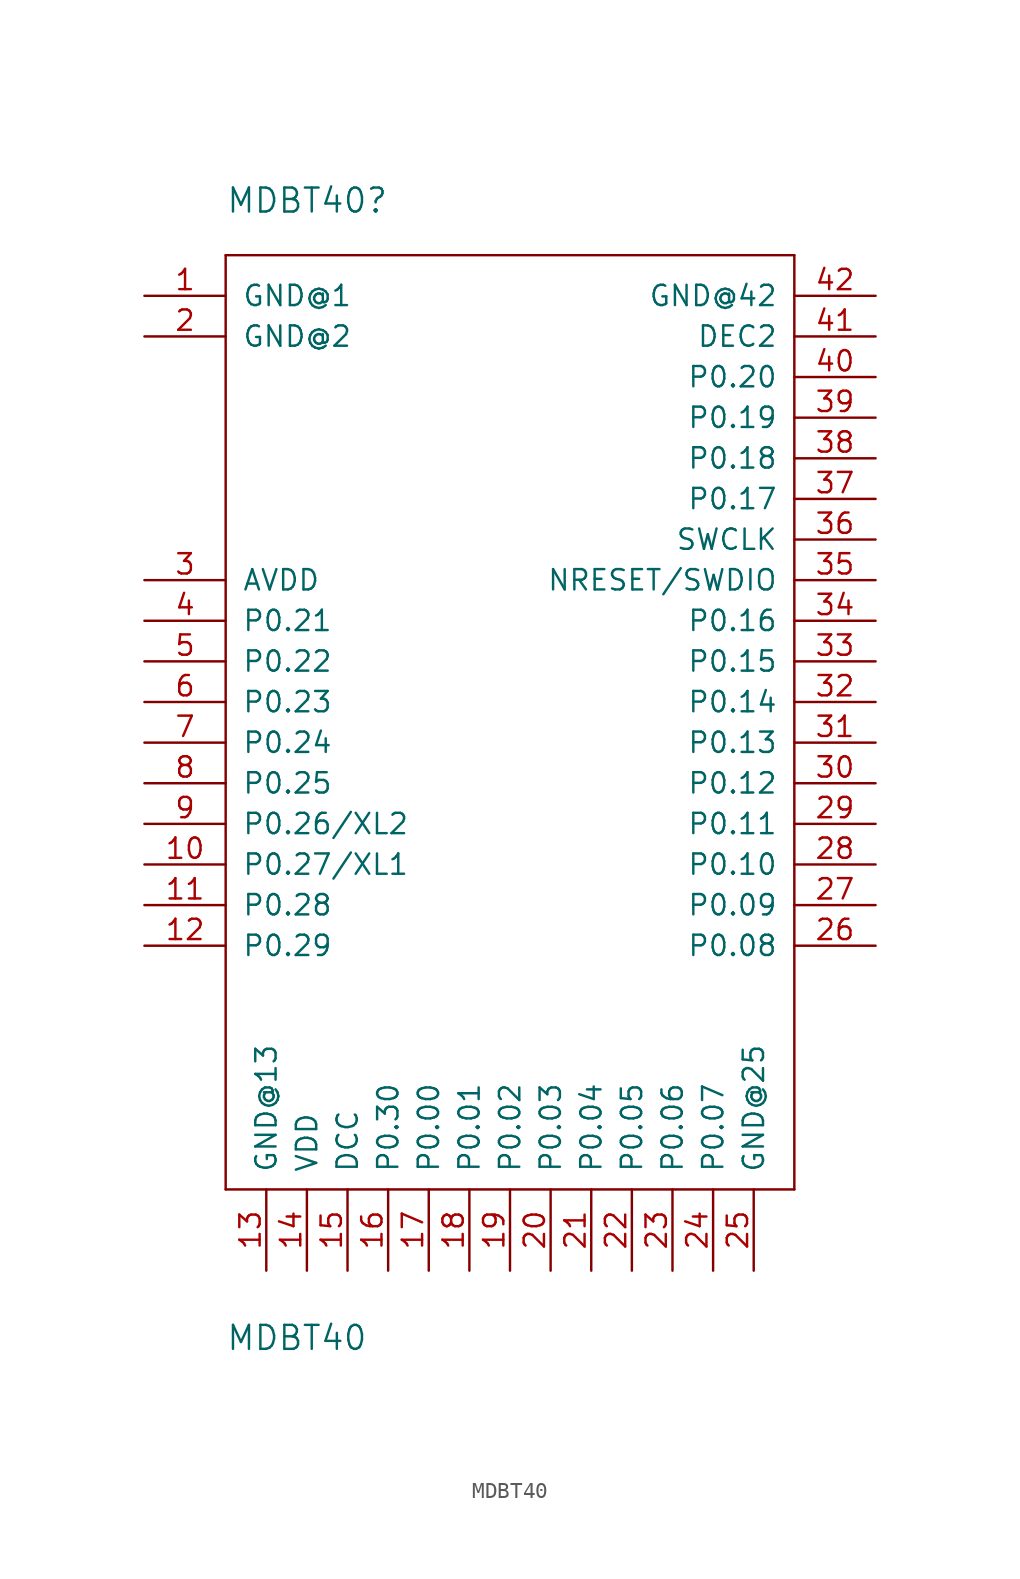
<source format=kicad_sym>
(kicad_symbol_lib
  (version 20211014)
  (generator kicad_symbol_editor)
  (symbol "MDBT40"
    (pin_names
      (offset 1.016))
    (property "Reference" "MDBT40"
      (at -17.78 33.02 0)
      (effects (font (size 1.499 1.499)) (justify left bottom)))
    (property "Value" "MDBT40"
      (at -17.78 -38.1 0)
      (effects (font (size 1.499 1.499)) (justify left bottom)))
    (property "ki_locked" ""
      (at 0 0 0)
      (effects (font (size 1.27 1.27))))
    (symbol "MDBT40_1_0"
      (polyline (pts (xy -17.78 -27.94) (xy -17.78 30.48)) (stroke (width 0) (type default) (color 0 0 0 0)) (fill (type none)))
      (polyline (pts (xy -17.78 30.48) (xy 17.78 30.48)) (stroke (width 0) (type default) (color 0 0 0 0)) (fill (type none)))
      (polyline (pts (xy 17.78 -27.94) (xy -17.78 -27.94)) (stroke (width 0) (type default) (color 0 0 0 0)) (fill (type none)))
      (polyline (pts (xy 17.78 30.48) (xy 17.78 -27.94)) (stroke (width 0) (type default) (color 0 0 0 0)) (fill (type none)))
      (pin bidirectional line (at -22.86 27.94 0) (length 5.08) (name "GND@1" (effects (font (size 1.27 1.27)))) (number "1" (effects (font (size 1.27 1.27)))))
      (pin bidirectional line (at -22.86 -7.62 0) (length 5.08) (name "P0.27/XL1" (effects (font (size 1.27 1.27)))) (number "10" (effects (font (size 1.27 1.27)))))
      (pin bidirectional line (at -22.86 -10.16 0) (length 5.08) (name "P0.28" (effects (font (size 1.27 1.27)))) (number "11" (effects (font (size 1.27 1.27)))))
      (pin bidirectional line (at -22.86 -12.7 0) (length 5.08) (name "P0.29" (effects (font (size 1.27 1.27)))) (number "12" (effects (font (size 1.27 1.27)))))
      (pin bidirectional line (at -15.24 -33.02 90) (length 5.08) (name "GND@13" (effects (font (size 1.27 1.27)))) (number "13" (effects (font (size 1.27 1.27)))))
      (pin bidirectional line (at -12.7 -33.02 90) (length 5.08) (name "VDD" (effects (font (size 1.27 1.27)))) (number "14" (effects (font (size 1.27 1.27)))))
      (pin bidirectional line (at -10.16 -33.02 90) (length 5.08) (name "DCC" (effects (font (size 1.27 1.27)))) (number "15" (effects (font (size 1.27 1.27)))))
      (pin bidirectional line (at -7.62 -33.02 90) (length 5.08) (name "P0.30" (effects (font (size 1.27 1.27)))) (number "16" (effects (font (size 1.27 1.27)))))
      (pin bidirectional line (at -5.08 -33.02 90) (length 5.08) (name "P0.00" (effects (font (size 1.27 1.27)))) (number "17" (effects (font (size 1.27 1.27)))))
      (pin bidirectional line (at -2.54 -33.02 90) (length 5.08) (name "P0.01" (effects (font (size 1.27 1.27)))) (number "18" (effects (font (size 1.27 1.27)))))
      (pin bidirectional line (at 0 -33.02 90) (length 5.08) (name "P0.02" (effects (font (size 1.27 1.27)))) (number "19" (effects (font (size 1.27 1.27)))))
      (pin bidirectional line (at -22.86 25.4 0) (length 5.08) (name "GND@2" (effects (font (size 1.27 1.27)))) (number "2" (effects (font (size 1.27 1.27)))))
      (pin bidirectional line (at 2.54 -33.02 90) (length 5.08) (name "P0.03" (effects (font (size 1.27 1.27)))) (number "20" (effects (font (size 1.27 1.27)))))
      (pin bidirectional line (at 5.08 -33.02 90) (length 5.08) (name "P0.04" (effects (font (size 1.27 1.27)))) (number "21" (effects (font (size 1.27 1.27)))))
      (pin bidirectional line (at 7.62 -33.02 90) (length 5.08) (name "P0.05" (effects (font (size 1.27 1.27)))) (number "22" (effects (font (size 1.27 1.27)))))
      (pin bidirectional line (at 10.16 -33.02 90) (length 5.08) (name "P0.06" (effects (font (size 1.27 1.27)))) (number "23" (effects (font (size 1.27 1.27)))))
      (pin bidirectional line (at 12.7 -33.02 90) (length 5.08) (name "P0.07" (effects (font (size 1.27 1.27)))) (number "24" (effects (font (size 1.27 1.27)))))
      (pin bidirectional line (at 15.24 -33.02 90) (length 5.08) (name "GND@25" (effects (font (size 1.27 1.27)))) (number "25" (effects (font (size 1.27 1.27)))))
      (pin bidirectional line (at 22.86 -12.7 180) (length 5.08) (name "P0.08" (effects (font (size 1.27 1.27)))) (number "26" (effects (font (size 1.27 1.27)))))
      (pin bidirectional line (at 22.86 -10.16 180) (length 5.08) (name "P0.09" (effects (font (size 1.27 1.27)))) (number "27" (effects (font (size 1.27 1.27)))))
      (pin bidirectional line (at 22.86 -7.62 180) (length 5.08) (name "P0.10" (effects (font (size 1.27 1.27)))) (number "28" (effects (font (size 1.27 1.27)))))
      (pin bidirectional line (at 22.86 -5.08 180) (length 5.08) (name "P0.11" (effects (font (size 1.27 1.27)))) (number "29" (effects (font (size 1.27 1.27)))))
      (pin bidirectional line (at -22.86 10.16 0) (length 5.08) (name "AVDD" (effects (font (size 1.27 1.27)))) (number "3" (effects (font (size 1.27 1.27)))))
      (pin bidirectional line (at 22.86 -2.54 180) (length 5.08) (name "P0.12" (effects (font (size 1.27 1.27)))) (number "30" (effects (font (size 1.27 1.27)))))
      (pin bidirectional line (at 22.86 0 180) (length 5.08) (name "P0.13" (effects (font (size 1.27 1.27)))) (number "31" (effects (font (size 1.27 1.27)))))
      (pin bidirectional line (at 22.86 2.54 180) (length 5.08) (name "P0.14" (effects (font (size 1.27 1.27)))) (number "32" (effects (font (size 1.27 1.27)))))
      (pin bidirectional line (at 22.86 5.08 180) (length 5.08) (name "P0.15" (effects (font (size 1.27 1.27)))) (number "33" (effects (font (size 1.27 1.27)))))
      (pin bidirectional line (at 22.86 7.62 180) (length 5.08) (name "P0.16" (effects (font (size 1.27 1.27)))) (number "34" (effects (font (size 1.27 1.27)))))
      (pin bidirectional line (at 22.86 10.16 180) (length 5.08) (name "NRESET/SWDIO" (effects (font (size 1.27 1.27)))) (number "35" (effects (font (size 1.27 1.27)))))
      (pin bidirectional line (at 22.86 12.7 180) (length 5.08) (name "SWCLK" (effects (font (size 1.27 1.27)))) (number "36" (effects (font (size 1.27 1.27)))))
      (pin bidirectional line (at 22.86 15.24 180) (length 5.08) (name "P0.17" (effects (font (size 1.27 1.27)))) (number "37" (effects (font (size 1.27 1.27)))))
      (pin bidirectional line (at 22.86 17.78 180) (length 5.08) (name "P0.18" (effects (font (size 1.27 1.27)))) (number "38" (effects (font (size 1.27 1.27)))))
      (pin bidirectional line (at 22.86 20.32 180) (length 5.08) (name "P0.19" (effects (font (size 1.27 1.27)))) (number "39" (effects (font (size 1.27 1.27)))))
      (pin bidirectional line (at -22.86 7.62 0) (length 5.08) (name "P0.21" (effects (font (size 1.27 1.27)))) (number "4" (effects (font (size 1.27 1.27)))))
      (pin bidirectional line (at 22.86 22.86 180) (length 5.08) (name "P0.20" (effects (font (size 1.27 1.27)))) (number "40" (effects (font (size 1.27 1.27)))))
      (pin bidirectional line (at 22.86 25.4 180) (length 5.08) (name "DEC2" (effects (font (size 1.27 1.27)))) (number "41" (effects (font (size 1.27 1.27)))))
      (pin bidirectional line (at 22.86 27.94 180) (length 5.08) (name "GND@42" (effects (font (size 1.27 1.27)))) (number "42" (effects (font (size 1.27 1.27)))))
      (pin bidirectional line (at -22.86 5.08 0) (length 5.08) (name "P0.22" (effects (font (size 1.27 1.27)))) (number "5" (effects (font (size 1.27 1.27)))))
      (pin bidirectional line (at -22.86 2.54 0) (length 5.08) (name "P0.23" (effects (font (size 1.27 1.27)))) (number "6" (effects (font (size 1.27 1.27)))))
      (pin bidirectional line (at -22.86 0 0) (length 5.08) (name "P0.24" (effects (font (size 1.27 1.27)))) (number "7" (effects (font (size 1.27 1.27)))))
      (pin bidirectional line (at -22.86 -2.54 0) (length 5.08) (name "P0.25" (effects (font (size 1.27 1.27)))) (number "8" (effects (font (size 1.27 1.27)))))
      (pin bidirectional line (at -22.86 -5.08 0) (length 5.08) (name "P0.26/XL2" (effects (font (size 1.27 1.27)))) (number "9" (effects (font (size 1.27 1.27))))))))
</source>
